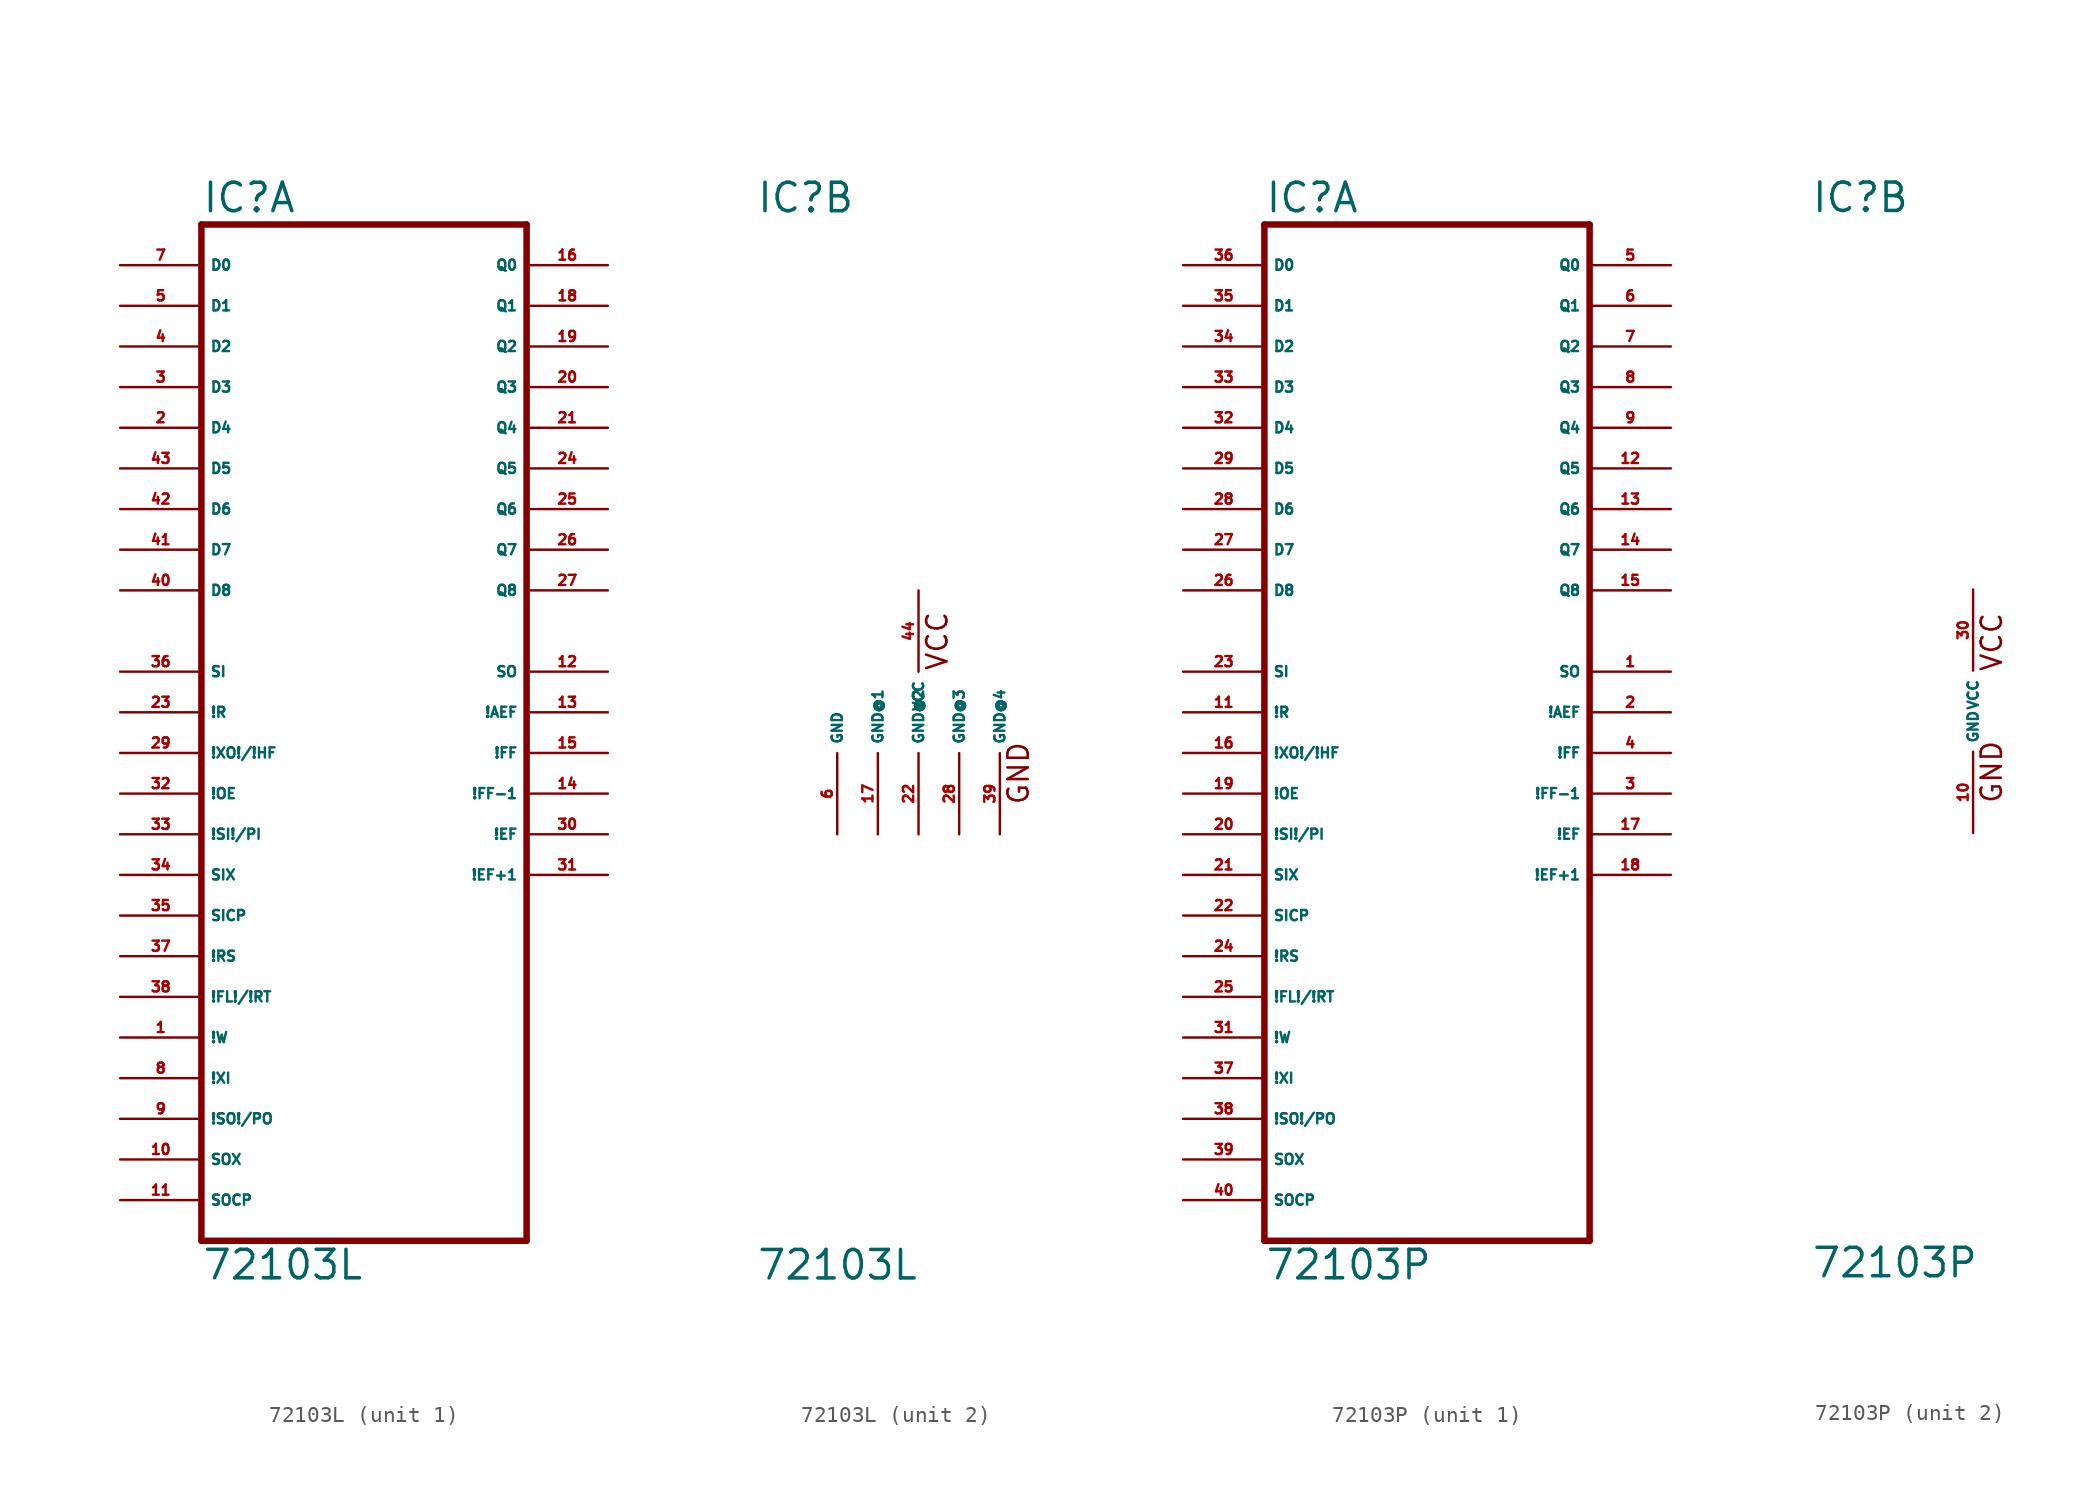
<source format=kicad_sym>
(kicad_symbol_lib
  (version 20220914)
  (generator Eagle2Kicad)
  (symbol "72103L"
    (property "Reference" "IC"
      (at -10.16 31.115 0)
      (effects (font (size 1.778 1.778) (thickness 0.22)) (justify left bottom)))
    (property "Value" "72103L"
      (at -10.16 -35.56 0)
      (effects (font (size 1.778 1.778) (thickness 0.22)) (justify left bottom)))
    (symbol "72103L_1_0"
      (polyline (pts (xy -10.16 -33.02) (xy 10.16 -33.02)) (stroke (width 0.406) (type default)) (fill (type none)))
      (polyline (pts (xy 10.16 -33.02) (xy 10.16 30.48)) (stroke (width 0.406) (type default)) (fill (type none)))
      (polyline (pts (xy 10.16 30.48) (xy -10.16 30.48)) (stroke (width 0.406) (type default)) (fill (type none)))
      (polyline (pts (xy -10.16 30.48) (xy -10.16 -33.02)) (stroke (width 0.406) (type default)) (fill (type none)))
      (pin input line (at -15.24 27.94 0) (length 5.08) (name "D0" (effects (font (size 0.635 0.635) (thickness 0.08)) (justify left bottom))) (number "7" (effects (font (size 0.635 0.635) (thickness 0.08)) (justify left bottom))))
      (pin input line (at -15.24 25.4 0) (length 5.08) (name "D1" (effects (font (size 0.635 0.635) (thickness 0.08)) (justify left bottom))) (number "5" (effects (font (size 0.635 0.635) (thickness 0.08)) (justify left bottom))))
      (pin input line (at -15.24 22.86 0) (length 5.08) (name "D2" (effects (font (size 0.635 0.635) (thickness 0.08)) (justify left bottom))) (number "4" (effects (font (size 0.635 0.635) (thickness 0.08)) (justify left bottom))))
      (pin input line (at -15.24 20.32 0) (length 5.08) (name "D3" (effects (font (size 0.635 0.635) (thickness 0.08)) (justify left bottom))) (number "3" (effects (font (size 0.635 0.635) (thickness 0.08)) (justify left bottom))))
      (pin input line (at -15.24 17.78 0) (length 5.08) (name "D4" (effects (font (size 0.635 0.635) (thickness 0.08)) (justify left bottom))) (number "2" (effects (font (size 0.635 0.635) (thickness 0.08)) (justify left bottom))))
      (pin input line (at -15.24 15.24 0) (length 5.08) (name "D5" (effects (font (size 0.635 0.635) (thickness 0.08)) (justify left bottom))) (number "43" (effects (font (size 0.635 0.635) (thickness 0.08)) (justify left bottom))))
      (pin input line (at -15.24 12.7 0) (length 5.08) (name "D6" (effects (font (size 0.635 0.635) (thickness 0.08)) (justify left bottom))) (number "42" (effects (font (size 0.635 0.635) (thickness 0.08)) (justify left bottom))))
      (pin input line (at -15.24 10.16 0) (length 5.08) (name "D7" (effects (font (size 0.635 0.635) (thickness 0.08)) (justify left bottom))) (number "41" (effects (font (size 0.635 0.635) (thickness 0.08)) (justify left bottom))))
      (pin input line (at -15.24 7.62 0) (length 5.08) (name "D8" (effects (font (size 0.635 0.635) (thickness 0.08)) (justify left bottom))) (number "40" (effects (font (size 0.635 0.635) (thickness 0.08)) (justify left bottom))))
      (pin input line (at -15.24 2.54 0) (length 5.08) (name "SI" (effects (font (size 0.635 0.635) (thickness 0.08)) (justify left bottom))) (number "36" (effects (font (size 0.635 0.635) (thickness 0.08)) (justify left bottom))))
      (pin input line (at -15.24 -2.54 0) (length 5.08) (name "!XO!/!HF" (effects (font (size 0.635 0.635) (thickness 0.08)) (justify left bottom))) (number "29" (effects (font (size 0.635 0.635) (thickness 0.08)) (justify left bottom))))
      (pin input line (at -15.24 -5.08 0) (length 5.08) (name "!OE" (effects (font (size 0.635 0.635) (thickness 0.08)) (justify left bottom))) (number "32" (effects (font (size 0.635 0.635) (thickness 0.08)) (justify left bottom))))
      (pin input line (at -15.24 -7.62 0) (length 5.08) (name "!SI!/PI" (effects (font (size 0.635 0.635) (thickness 0.08)) (justify left bottom))) (number "33" (effects (font (size 0.635 0.635) (thickness 0.08)) (justify left bottom))))
      (pin input line (at -15.24 -10.16 0) (length 5.08) (name "SIX" (effects (font (size 0.635 0.635) (thickness 0.08)) (justify left bottom))) (number "34" (effects (font (size 0.635 0.635) (thickness 0.08)) (justify left bottom))))
      (pin input line (at -15.24 -12.7 0) (length 5.08) (name "SICP" (effects (font (size 0.635 0.635) (thickness 0.08)) (justify left bottom))) (number "35" (effects (font (size 0.635 0.635) (thickness 0.08)) (justify left bottom))))
      (pin input line (at -15.24 -15.24 0) (length 5.08) (name "!RS" (effects (font (size 0.635 0.635) (thickness 0.08)) (justify left bottom))) (number "37" (effects (font (size 0.635 0.635) (thickness 0.08)) (justify left bottom))))
      (pin input line (at -15.24 -17.78 0) (length 5.08) (name "!FL!/!RT" (effects (font (size 0.635 0.635) (thickness 0.08)) (justify left bottom))) (number "38" (effects (font (size 0.635 0.635) (thickness 0.08)) (justify left bottom))))
      (pin input line (at -15.24 -20.32 0) (length 5.08) (name "!W" (effects (font (size 0.635 0.635) (thickness 0.08)) (justify left bottom))) (number "1" (effects (font (size 0.635 0.635) (thickness 0.08)) (justify left bottom))))
      (pin input line (at -15.24 -22.86 0) (length 5.08) (name "!XI" (effects (font (size 0.635 0.635) (thickness 0.08)) (justify left bottom))) (number "8" (effects (font (size 0.635 0.635) (thickness 0.08)) (justify left bottom))))
      (pin output line (at 15.24 27.94 180) (length 5.08) (name "Q0" (effects (font (size 0.635 0.635) (thickness 0.08)) (justify left bottom))) (number "16" (effects (font (size 0.635 0.635) (thickness 0.08)) (justify left bottom))))
      (pin output line (at 15.24 25.4 180) (length 5.08) (name "Q1" (effects (font (size 0.635 0.635) (thickness 0.08)) (justify left bottom))) (number "18" (effects (font (size 0.635 0.635) (thickness 0.08)) (justify left bottom))))
      (pin output line (at 15.24 22.86 180) (length 5.08) (name "Q2" (effects (font (size 0.635 0.635) (thickness 0.08)) (justify left bottom))) (number "19" (effects (font (size 0.635 0.635) (thickness 0.08)) (justify left bottom))))
      (pin output line (at 15.24 20.32 180) (length 5.08) (name "Q3" (effects (font (size 0.635 0.635) (thickness 0.08)) (justify left bottom))) (number "20" (effects (font (size 0.635 0.635) (thickness 0.08)) (justify left bottom))))
      (pin output line (at 15.24 17.78 180) (length 5.08) (name "Q4" (effects (font (size 0.635 0.635) (thickness 0.08)) (justify left bottom))) (number "21" (effects (font (size 0.635 0.635) (thickness 0.08)) (justify left bottom))))
      (pin output line (at 15.24 15.24 180) (length 5.08) (name "Q5" (effects (font (size 0.635 0.635) (thickness 0.08)) (justify left bottom))) (number "24" (effects (font (size 0.635 0.635) (thickness 0.08)) (justify left bottom))))
      (pin output line (at 15.24 12.7 180) (length 5.08) (name "Q6" (effects (font (size 0.635 0.635) (thickness 0.08)) (justify left bottom))) (number "25" (effects (font (size 0.635 0.635) (thickness 0.08)) (justify left bottom))))
      (pin output line (at 15.24 10.16 180) (length 5.08) (name "Q7" (effects (font (size 0.635 0.635) (thickness 0.08)) (justify left bottom))) (number "26" (effects (font (size 0.635 0.635) (thickness 0.08)) (justify left bottom))))
      (pin output line (at 15.24 7.62 180) (length 5.08) (name "Q8" (effects (font (size 0.635 0.635) (thickness 0.08)) (justify left bottom))) (number "27" (effects (font (size 0.635 0.635) (thickness 0.08)) (justify left bottom))))
      (pin output line (at 15.24 2.54 180) (length 5.08) (name "SO" (effects (font (size 0.635 0.635) (thickness 0.08)) (justify left bottom))) (number "12" (effects (font (size 0.635 0.635) (thickness 0.08)) (justify left bottom))))
      (pin output line (at 15.24 0 180) (length 5.08) (name "!AEF" (effects (font (size 0.635 0.635) (thickness 0.08)) (justify left bottom))) (number "13" (effects (font (size 0.635 0.635) (thickness 0.08)) (justify left bottom))))
      (pin output line (at 15.24 -2.54 180) (length 5.08) (name "!FF" (effects (font (size 0.635 0.635) (thickness 0.08)) (justify left bottom))) (number "15" (effects (font (size 0.635 0.635) (thickness 0.08)) (justify left bottom))))
      (pin output line (at 15.24 -5.08 180) (length 5.08) (name "!FF-1" (effects (font (size 0.635 0.635) (thickness 0.08)) (justify left bottom))) (number "14" (effects (font (size 0.635 0.635) (thickness 0.08)) (justify left bottom))))
      (pin output line (at 15.24 -7.62 180) (length 5.08) (name "!EF" (effects (font (size 0.635 0.635) (thickness 0.08)) (justify left bottom))) (number "30" (effects (font (size 0.635 0.635) (thickness 0.08)) (justify left bottom))))
      (pin output line (at 15.24 -10.16 180) (length 5.08) (name "!EF+1" (effects (font (size 0.635 0.635) (thickness 0.08)) (justify left bottom))) (number "31" (effects (font (size 0.635 0.635) (thickness 0.08)) (justify left bottom))))
      (pin input line (at -15.24 -25.4 0) (length 5.08) (name "!SO!/PO" (effects (font (size 0.635 0.635) (thickness 0.08)) (justify left bottom))) (number "9" (effects (font (size 0.635 0.635) (thickness 0.08)) (justify left bottom))))
      (pin input line (at -15.24 -27.94 0) (length 5.08) (name "SOX" (effects (font (size 0.635 0.635) (thickness 0.08)) (justify left bottom))) (number "10" (effects (font (size 0.635 0.635) (thickness 0.08)) (justify left bottom))))
      (pin input line (at -15.24 -30.48 0) (length 5.08) (name "SOCP" (effects (font (size 0.635 0.635) (thickness 0.08)) (justify left bottom))) (number "11" (effects (font (size 0.635 0.635) (thickness 0.08)) (justify left bottom))))
      (pin input line (at -15.24 0 0) (length 5.08) (name "!R" (effects (font (size 0.635 0.635) (thickness 0.08)) (justify left bottom))) (number "23" (effects (font (size 0.635 0.635) (thickness 0.08)) (justify left bottom)))))
    (symbol "72103L_2_0"
      (text "GND" (at 6.985 -5.842 900) (effects (font (size 1.27 1.27) (thickness 0.16)) (justify left bottom)))
      (text "VCC" (at 1.905 2.54 900) (effects (font (size 1.27 1.27) (thickness 0.16)) (justify left bottom)))
      (pin unspecified line (at 0 7.62 270) (length 5.08) (name "VCC" (effects (font (size 0.635 0.635) (thickness 0.08)) (justify left bottom))) (number "44" (effects (font (size 0.635 0.635) (thickness 0.08)) (justify left bottom))))
      (pin unspecified line (at -5.08 -7.62 90) (length 5.08) (name "GND" (effects (font (size 0.635 0.635) (thickness 0.08)) (justify left bottom))) (number "6" (effects (font (size 0.635 0.635) (thickness 0.08)) (justify left bottom))))
      (pin unspecified line (at -2.54 -7.62 90) (length 5.08) (name "GND@1" (effects (font (size 0.635 0.635) (thickness 0.08)) (justify left bottom))) (number "17" (effects (font (size 0.635 0.635) (thickness 0.08)) (justify left bottom))))
      (pin unspecified line (at 0 -7.62 90) (length 5.08) (name "GND@2" (effects (font (size 0.635 0.635) (thickness 0.08)) (justify left bottom))) (number "22" (effects (font (size 0.635 0.635) (thickness 0.08)) (justify left bottom))))
      (pin unspecified line (at 2.54 -7.62 90) (length 5.08) (name "GND@3" (effects (font (size 0.635 0.635) (thickness 0.08)) (justify left bottom))) (number "28" (effects (font (size 0.635 0.635) (thickness 0.08)) (justify left bottom))))
      (pin unspecified line (at 5.08 -7.62 90) (length 5.08) (name "GND@4" (effects (font (size 0.635 0.635) (thickness 0.08)) (justify left bottom))) (number "39" (effects (font (size 0.635 0.635) (thickness 0.08)) (justify left bottom))))))
  (symbol "72103P"
    (property "Reference" "IC"
      (at -10.16 31.115 0)
      (effects (font (size 1.778 1.778) (thickness 0.22)) (justify left bottom)))
    (property "Value" "72103P"
      (at -10.16 -35.56 0)
      (effects (font (size 1.778 1.778) (thickness 0.22)) (justify left bottom)))
    (symbol "72103P_1_0"
      (polyline (pts (xy -10.16 -33.02) (xy 10.16 -33.02)) (stroke (width 0.406) (type default)) (fill (type none)))
      (polyline (pts (xy 10.16 -33.02) (xy 10.16 30.48)) (stroke (width 0.406) (type default)) (fill (type none)))
      (polyline (pts (xy 10.16 30.48) (xy -10.16 30.48)) (stroke (width 0.406) (type default)) (fill (type none)))
      (polyline (pts (xy -10.16 30.48) (xy -10.16 -33.02)) (stroke (width 0.406) (type default)) (fill (type none)))
      (pin input line (at -15.24 27.94 0) (length 5.08) (name "D0" (effects (font (size 0.635 0.635) (thickness 0.08)) (justify left bottom))) (number "36" (effects (font (size 0.635 0.635) (thickness 0.08)) (justify left bottom))))
      (pin input line (at -15.24 25.4 0) (length 5.08) (name "D1" (effects (font (size 0.635 0.635) (thickness 0.08)) (justify left bottom))) (number "35" (effects (font (size 0.635 0.635) (thickness 0.08)) (justify left bottom))))
      (pin input line (at -15.24 22.86 0) (length 5.08) (name "D2" (effects (font (size 0.635 0.635) (thickness 0.08)) (justify left bottom))) (number "34" (effects (font (size 0.635 0.635) (thickness 0.08)) (justify left bottom))))
      (pin input line (at -15.24 20.32 0) (length 5.08) (name "D3" (effects (font (size 0.635 0.635) (thickness 0.08)) (justify left bottom))) (number "33" (effects (font (size 0.635 0.635) (thickness 0.08)) (justify left bottom))))
      (pin input line (at -15.24 17.78 0) (length 5.08) (name "D4" (effects (font (size 0.635 0.635) (thickness 0.08)) (justify left bottom))) (number "32" (effects (font (size 0.635 0.635) (thickness 0.08)) (justify left bottom))))
      (pin input line (at -15.24 15.24 0) (length 5.08) (name "D5" (effects (font (size 0.635 0.635) (thickness 0.08)) (justify left bottom))) (number "29" (effects (font (size 0.635 0.635) (thickness 0.08)) (justify left bottom))))
      (pin input line (at -15.24 12.7 0) (length 5.08) (name "D6" (effects (font (size 0.635 0.635) (thickness 0.08)) (justify left bottom))) (number "28" (effects (font (size 0.635 0.635) (thickness 0.08)) (justify left bottom))))
      (pin input line (at -15.24 10.16 0) (length 5.08) (name "D7" (effects (font (size 0.635 0.635) (thickness 0.08)) (justify left bottom))) (number "27" (effects (font (size 0.635 0.635) (thickness 0.08)) (justify left bottom))))
      (pin input line (at -15.24 7.62 0) (length 5.08) (name "D8" (effects (font (size 0.635 0.635) (thickness 0.08)) (justify left bottom))) (number "26" (effects (font (size 0.635 0.635) (thickness 0.08)) (justify left bottom))))
      (pin input line (at -15.24 2.54 0) (length 5.08) (name "SI" (effects (font (size 0.635 0.635) (thickness 0.08)) (justify left bottom))) (number "23" (effects (font (size 0.635 0.635) (thickness 0.08)) (justify left bottom))))
      (pin input line (at -15.24 -2.54 0) (length 5.08) (name "!XO!/!HF" (effects (font (size 0.635 0.635) (thickness 0.08)) (justify left bottom))) (number "16" (effects (font (size 0.635 0.635) (thickness 0.08)) (justify left bottom))))
      (pin input line (at -15.24 -5.08 0) (length 5.08) (name "!OE" (effects (font (size 0.635 0.635) (thickness 0.08)) (justify left bottom))) (number "19" (effects (font (size 0.635 0.635) (thickness 0.08)) (justify left bottom))))
      (pin input line (at -15.24 -7.62 0) (length 5.08) (name "!SI!/PI" (effects (font (size 0.635 0.635) (thickness 0.08)) (justify left bottom))) (number "20" (effects (font (size 0.635 0.635) (thickness 0.08)) (justify left bottom))))
      (pin input line (at -15.24 -10.16 0) (length 5.08) (name "SIX" (effects (font (size 0.635 0.635) (thickness 0.08)) (justify left bottom))) (number "21" (effects (font (size 0.635 0.635) (thickness 0.08)) (justify left bottom))))
      (pin input line (at -15.24 -12.7 0) (length 5.08) (name "SICP" (effects (font (size 0.635 0.635) (thickness 0.08)) (justify left bottom))) (number "22" (effects (font (size 0.635 0.635) (thickness 0.08)) (justify left bottom))))
      (pin input line (at -15.24 -15.24 0) (length 5.08) (name "!RS" (effects (font (size 0.635 0.635) (thickness 0.08)) (justify left bottom))) (number "24" (effects (font (size 0.635 0.635) (thickness 0.08)) (justify left bottom))))
      (pin input line (at -15.24 -17.78 0) (length 5.08) (name "!FL!/!RT" (effects (font (size 0.635 0.635) (thickness 0.08)) (justify left bottom))) (number "25" (effects (font (size 0.635 0.635) (thickness 0.08)) (justify left bottom))))
      (pin input line (at -15.24 -20.32 0) (length 5.08) (name "!W" (effects (font (size 0.635 0.635) (thickness 0.08)) (justify left bottom))) (number "31" (effects (font (size 0.635 0.635) (thickness 0.08)) (justify left bottom))))
      (pin input line (at -15.24 -22.86 0) (length 5.08) (name "!XI" (effects (font (size 0.635 0.635) (thickness 0.08)) (justify left bottom))) (number "37" (effects (font (size 0.635 0.635) (thickness 0.08)) (justify left bottom))))
      (pin output line (at 15.24 27.94 180) (length 5.08) (name "Q0" (effects (font (size 0.635 0.635) (thickness 0.08)) (justify left bottom))) (number "5" (effects (font (size 0.635 0.635) (thickness 0.08)) (justify left bottom))))
      (pin output line (at 15.24 25.4 180) (length 5.08) (name "Q1" (effects (font (size 0.635 0.635) (thickness 0.08)) (justify left bottom))) (number "6" (effects (font (size 0.635 0.635) (thickness 0.08)) (justify left bottom))))
      (pin output line (at 15.24 22.86 180) (length 5.08) (name "Q2" (effects (font (size 0.635 0.635) (thickness 0.08)) (justify left bottom))) (number "7" (effects (font (size 0.635 0.635) (thickness 0.08)) (justify left bottom))))
      (pin output line (at 15.24 20.32 180) (length 5.08) (name "Q3" (effects (font (size 0.635 0.635) (thickness 0.08)) (justify left bottom))) (number "8" (effects (font (size 0.635 0.635) (thickness 0.08)) (justify left bottom))))
      (pin output line (at 15.24 17.78 180) (length 5.08) (name "Q4" (effects (font (size 0.635 0.635) (thickness 0.08)) (justify left bottom))) (number "9" (effects (font (size 0.635 0.635) (thickness 0.08)) (justify left bottom))))
      (pin output line (at 15.24 15.24 180) (length 5.08) (name "Q5" (effects (font (size 0.635 0.635) (thickness 0.08)) (justify left bottom))) (number "12" (effects (font (size 0.635 0.635) (thickness 0.08)) (justify left bottom))))
      (pin output line (at 15.24 12.7 180) (length 5.08) (name "Q6" (effects (font (size 0.635 0.635) (thickness 0.08)) (justify left bottom))) (number "13" (effects (font (size 0.635 0.635) (thickness 0.08)) (justify left bottom))))
      (pin output line (at 15.24 10.16 180) (length 5.08) (name "Q7" (effects (font (size 0.635 0.635) (thickness 0.08)) (justify left bottom))) (number "14" (effects (font (size 0.635 0.635) (thickness 0.08)) (justify left bottom))))
      (pin output line (at 15.24 7.62 180) (length 5.08) (name "Q8" (effects (font (size 0.635 0.635) (thickness 0.08)) (justify left bottom))) (number "15" (effects (font (size 0.635 0.635) (thickness 0.08)) (justify left bottom))))
      (pin output line (at 15.24 2.54 180) (length 5.08) (name "SO" (effects (font (size 0.635 0.635) (thickness 0.08)) (justify left bottom))) (number "1" (effects (font (size 0.635 0.635) (thickness 0.08)) (justify left bottom))))
      (pin output line (at 15.24 0 180) (length 5.08) (name "!AEF" (effects (font (size 0.635 0.635) (thickness 0.08)) (justify left bottom))) (number "2" (effects (font (size 0.635 0.635) (thickness 0.08)) (justify left bottom))))
      (pin output line (at 15.24 -2.54 180) (length 5.08) (name "!FF" (effects (font (size 0.635 0.635) (thickness 0.08)) (justify left bottom))) (number "4" (effects (font (size 0.635 0.635) (thickness 0.08)) (justify left bottom))))
      (pin output line (at 15.24 -5.08 180) (length 5.08) (name "!FF-1" (effects (font (size 0.635 0.635) (thickness 0.08)) (justify left bottom))) (number "3" (effects (font (size 0.635 0.635) (thickness 0.08)) (justify left bottom))))
      (pin output line (at 15.24 -7.62 180) (length 5.08) (name "!EF" (effects (font (size 0.635 0.635) (thickness 0.08)) (justify left bottom))) (number "17" (effects (font (size 0.635 0.635) (thickness 0.08)) (justify left bottom))))
      (pin output line (at 15.24 -10.16 180) (length 5.08) (name "!EF+1" (effects (font (size 0.635 0.635) (thickness 0.08)) (justify left bottom))) (number "18" (effects (font (size 0.635 0.635) (thickness 0.08)) (justify left bottom))))
      (pin input line (at -15.24 -25.4 0) (length 5.08) (name "!SO!/PO" (effects (font (size 0.635 0.635) (thickness 0.08)) (justify left bottom))) (number "38" (effects (font (size 0.635 0.635) (thickness 0.08)) (justify left bottom))))
      (pin input line (at -15.24 -27.94 0) (length 5.08) (name "SOX" (effects (font (size 0.635 0.635) (thickness 0.08)) (justify left bottom))) (number "39" (effects (font (size 0.635 0.635) (thickness 0.08)) (justify left bottom))))
      (pin input line (at -15.24 -30.48 0) (length 5.08) (name "SOCP" (effects (font (size 0.635 0.635) (thickness 0.08)) (justify left bottom))) (number "40" (effects (font (size 0.635 0.635) (thickness 0.08)) (justify left bottom))))
      (pin input line (at -15.24 0 0) (length 5.08) (name "!R" (effects (font (size 0.635 0.635) (thickness 0.08)) (justify left bottom))) (number "11" (effects (font (size 0.635 0.635) (thickness 0.08)) (justify left bottom)))))
    (symbol "72103P_2_0"
      (text "GND" (at 1.905 -5.842 900) (effects (font (size 1.27 1.27) (thickness 0.16)) (justify left bottom)))
      (text "VCC" (at 1.905 2.413 900) (effects (font (size 1.27 1.27) (thickness 0.16)) (justify left bottom)))
      (pin unspecified line (at 0 7.62 270) (length 5.08) (name "VCC" (effects (font (size 0.635 0.635) (thickness 0.08)) (justify left bottom))) (number "30" (effects (font (size 0.635 0.635) (thickness 0.08)) (justify left bottom))))
      (pin unspecified line (at 0 -7.62 90) (length 5.08) (name "GND" (effects (font (size 0.635 0.635) (thickness 0.08)) (justify left bottom))) (number "10" (effects (font (size 0.635 0.635) (thickness 0.08)) (justify left bottom)))))))
</source>
